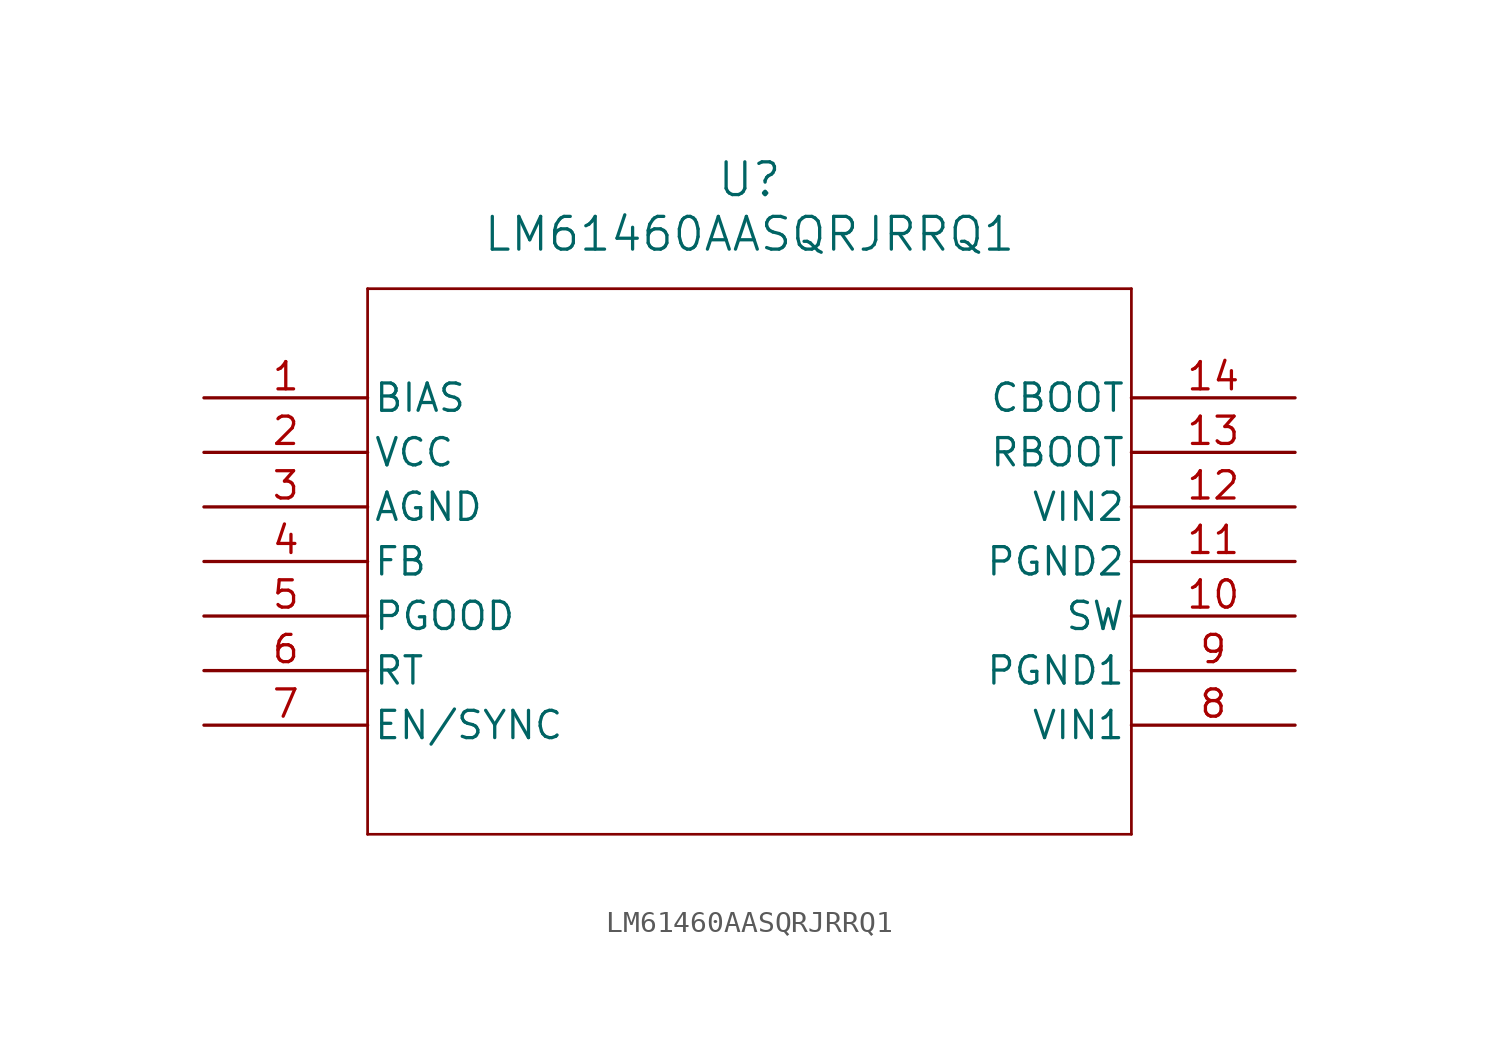
<source format=kicad_sym>
(kicad_symbol_lib
  (version 20211014)
  (generator kicad_symbol_editor)
  (symbol "LM61460AASQRJRRQ1"
    (pin_names
      (offset 0.254))
    (property "Reference" "U"
      (at 25.4 10.16 0)
      (effects (font (size 1.524 1.524))))
    (property "Value" "LM61460AASQRJRRQ1"
      (at 25.4 7.62 0)
      (effects (font (size 1.524 1.524))))
    (symbol "LM61460AASQRJRRQ1_0_1"
      (polyline (pts (xy 7.62 5.08) (xy 7.62 -20.32)) (stroke (width 0.127) (type default) (color 0 0 0 0)) (fill (type none)))
      (polyline (pts (xy 7.62 -20.32) (xy 43.18 -20.32)) (stroke (width 0.127) (type default) (color 0 0 0 0)) (fill (type none)))
      (polyline (pts (xy 43.18 -20.32) (xy 43.18 5.08)) (stroke (width 0.127) (type default) (color 0 0 0 0)) (fill (type none)))
      (polyline (pts (xy 43.18 5.08) (xy 7.62 5.08)) (stroke (width 0.127) (type default) (color 0 0 0 0)) (fill (type none)))
      (pin power_in line (at 0 0 0) (length 7.62) (name "BIAS" (effects (font (size 1.27 1.27)))) (number "1" (effects (font (size 1.27 1.27)))))
      (pin output line (at 0 -2.54 0) (length 7.62) (name "VCC" (effects (font (size 1.27 1.27)))) (number "2" (effects (font (size 1.27 1.27)))))
      (pin power_out line (at 0 -5.08 0) (length 7.62) (name "AGND" (effects (font (size 1.27 1.27)))) (number "3" (effects (font (size 1.27 1.27)))))
      (pin input line (at 0 -7.62 0) (length 7.62) (name "FB" (effects (font (size 1.27 1.27)))) (number "4" (effects (font (size 1.27 1.27)))))
      (pin output line (at 0 -10.16 0) (length 7.62) (name "PGOOD" (effects (font (size 1.27 1.27)))) (number "5" (effects (font (size 1.27 1.27)))))
      (pin bidirectional line (at 0 -12.7 0) (length 7.62) (name "RT" (effects (font (size 1.27 1.27)))) (number "6" (effects (font (size 1.27 1.27)))))
      (pin input line (at 0 -15.24 0) (length 7.62) (name "EN/SYNC" (effects (font (size 1.27 1.27)))) (number "7" (effects (font (size 1.27 1.27)))))
      (pin power_in line (at 50.8 -15.24 180) (length 7.62) (name "VIN1" (effects (font (size 1.27 1.27)))) (number "8" (effects (font (size 1.27 1.27)))))
      (pin power_out line (at 50.8 -12.7 180) (length 7.62) (name "PGND1" (effects (font (size 1.27 1.27)))) (number "9" (effects (font (size 1.27 1.27)))))
      (pin output line (at 50.8 -10.16 180) (length 7.62) (name "SW" (effects (font (size 1.27 1.27)))) (number "10" (effects (font (size 1.27 1.27)))))
      (pin power_out line (at 50.8 -7.62 180) (length 7.62) (name "PGND2" (effects (font (size 1.27 1.27)))) (number "11" (effects (font (size 1.27 1.27)))))
      (pin power_in line (at 50.8 -5.08 180) (length 7.62) (name "VIN2" (effects (font (size 1.27 1.27)))) (number "12" (effects (font (size 1.27 1.27)))))
      (pin bidirectional line (at 50.8 -2.54 180) (length 7.62) (name "RBOOT" (effects (font (size 1.27 1.27)))) (number "13" (effects (font (size 1.27 1.27)))))
      (pin bidirectional line (at 50.8 0 180) (length 7.62) (name "CBOOT" (effects (font (size 1.27 1.27)))) (number "14" (effects (font (size 1.27 1.27))))))))
</source>
